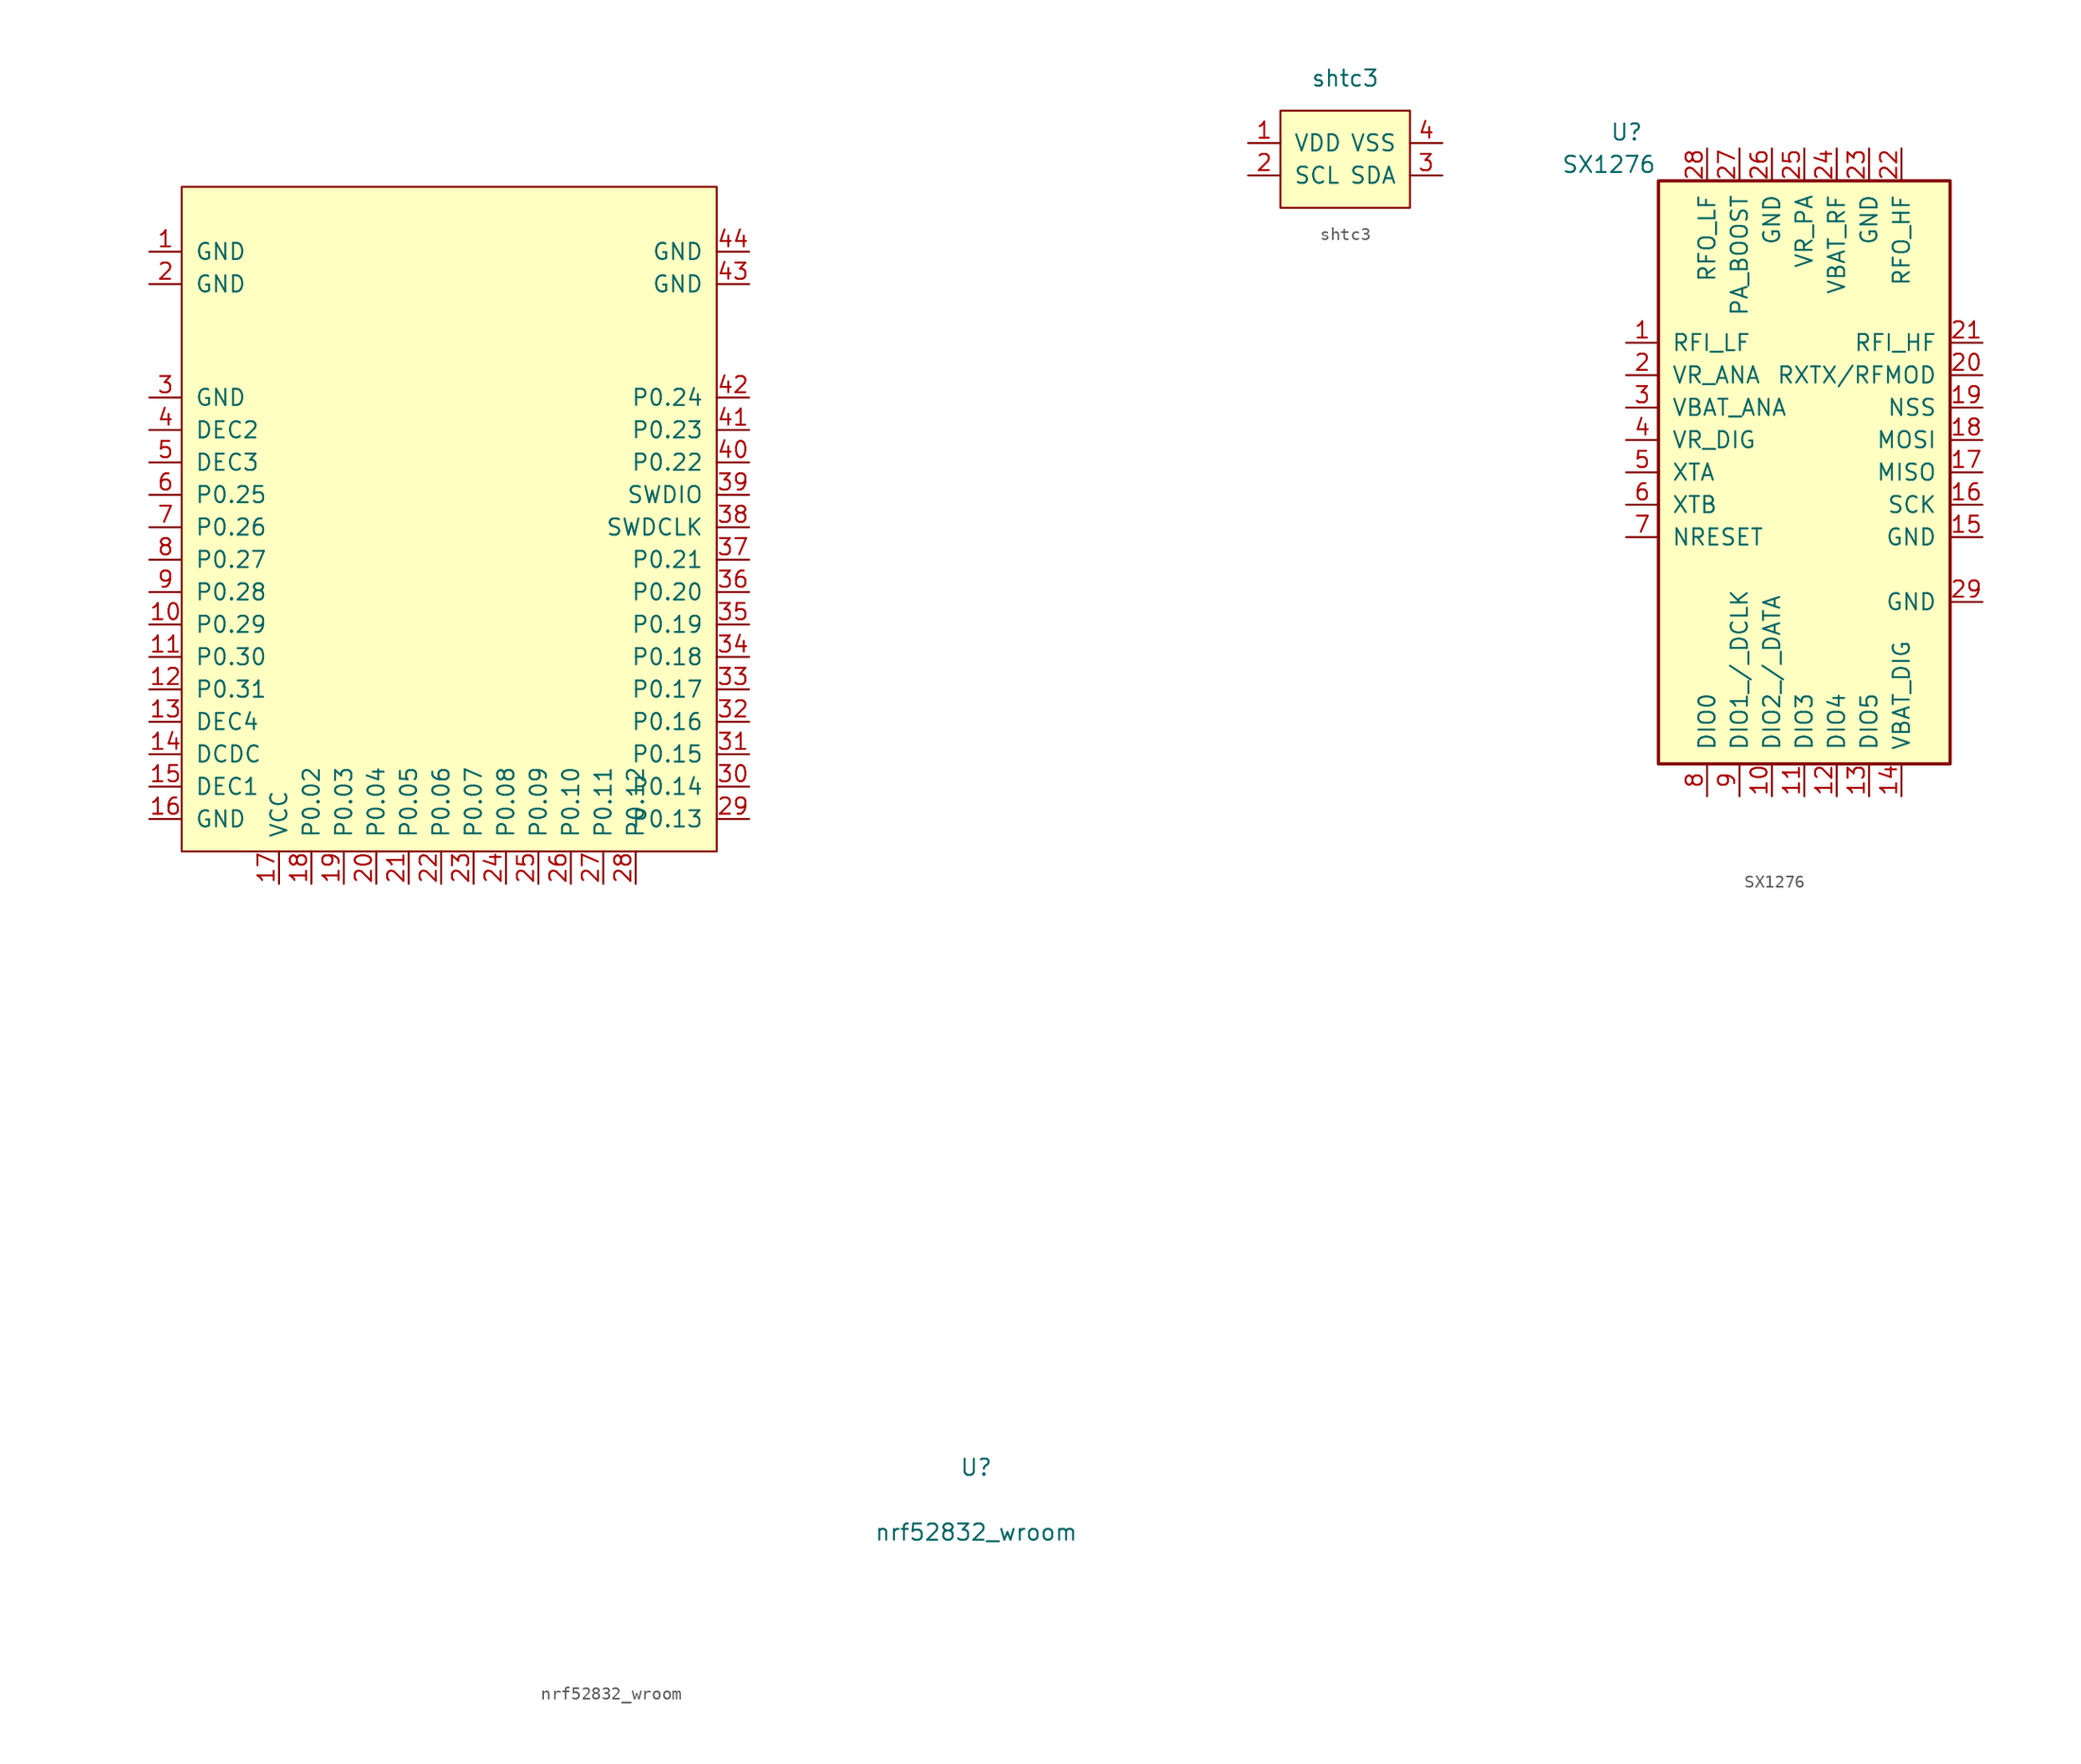
<source format=kicad_sym>
(kicad_symbol_lib
  (version 20231120)
  (generator "kicad_symbol_editor")
  (generator_version "8.0")
  (symbol "nrf52832_wroom"
    (pin_names
      (offset 1.016))
    (property "Reference" "U"
      (at 0 5.08 0)
      (effects (font (size 1.27 1.27))))
    (property "Value" "nrf52832_wroom"
      (at 0 0 0)
      (effects (font (size 1.27 1.27))))
    (symbol "nrf52832_wroom_0_1"
      (rectangle (start -62.23 105.41) (end -20.32 53.34) (stroke (width 0) (type solid)) (fill (type background))))
    (symbol "nrf52832_wroom_1_1"
      (pin input line (at -64.77 100.33 0) (length 2.54) (name "GND" (effects (font (size 1.27 1.27)))) (number "1" (effects (font (size 1.27 1.27)))))
      (pin bidirectional line (at -64.77 71.12 0) (length 2.54) (name "P0.29" (effects (font (size 1.27 1.27)))) (number "10" (effects (font (size 1.27 1.27)))))
      (pin bidirectional line (at -64.77 68.58 0) (length 2.54) (name "P0.30" (effects (font (size 1.27 1.27)))) (number "11" (effects (font (size 1.27 1.27)))))
      (pin bidirectional line (at -64.77 66.04 0) (length 2.54) (name "P0.31" (effects (font (size 1.27 1.27)))) (number "12" (effects (font (size 1.27 1.27)))))
      (pin passive line (at -64.77 63.5 0) (length 2.54) (name "DEC4" (effects (font (size 1.27 1.27)))) (number "13" (effects (font (size 1.27 1.27)))))
      (pin passive line (at -64.77 60.96 0) (length 2.54) (name "DCDC" (effects (font (size 1.27 1.27)))) (number "14" (effects (font (size 1.27 1.27)))))
      (pin passive line (at -64.77 58.42 0) (length 2.54) (name "DEC1" (effects (font (size 1.27 1.27)))) (number "15" (effects (font (size 1.27 1.27)))))
      (pin input line (at -64.77 55.88 0) (length 2.54) (name "GND" (effects (font (size 1.27 1.27)))) (number "16" (effects (font (size 1.27 1.27)))))
      (pin bidirectional line (at -54.61 50.8 90) (length 2.54) (name "VCC" (effects (font (size 1.27 1.27)))) (number "17" (effects (font (size 1.27 1.27)))))
      (pin tri_state line (at -52.07 50.8 90) (length 2.54) (name "P0.02" (effects (font (size 1.27 1.27)))) (number "18" (effects (font (size 1.27 1.27)))))
      (pin bidirectional line (at -49.53 50.8 90) (length 2.54) (name "P0.03" (effects (font (size 1.27 1.27)))) (number "19" (effects (font (size 1.27 1.27)))))
      (pin input line (at -64.77 97.79 0) (length 2.54) (name "GND" (effects (font (size 1.27 1.27)))) (number "2" (effects (font (size 1.27 1.27)))))
      (pin bidirectional line (at -46.99 50.8 90) (length 2.54) (name "P0.04" (effects (font (size 1.27 1.27)))) (number "20" (effects (font (size 1.27 1.27)))))
      (pin bidirectional line (at -44.45 50.8 90) (length 2.54) (name "P0.05" (effects (font (size 1.27 1.27)))) (number "21" (effects (font (size 1.27 1.27)))))
      (pin bidirectional line (at -41.91 50.8 90) (length 2.54) (name "P0.06" (effects (font (size 1.27 1.27)))) (number "22" (effects (font (size 1.27 1.27)))))
      (pin bidirectional line (at -39.37 50.8 90) (length 2.54) (name "P0.07" (effects (font (size 1.27 1.27)))) (number "23" (effects (font (size 1.27 1.27)))))
      (pin bidirectional line (at -36.83 50.8 90) (length 2.54) (name "P0.08" (effects (font (size 1.27 1.27)))) (number "24" (effects (font (size 1.27 1.27)))))
      (pin bidirectional line (at -34.29 50.8 90) (length 2.54) (name "P0.09" (effects (font (size 1.27 1.27)))) (number "25" (effects (font (size 1.27 1.27)))))
      (pin bidirectional line (at -31.75 50.8 90) (length 2.54) (name "P0.10" (effects (font (size 1.27 1.27)))) (number "26" (effects (font (size 1.27 1.27)))))
      (pin bidirectional line (at -29.21 50.8 90) (length 2.54) (name "P0.11" (effects (font (size 1.27 1.27)))) (number "27" (effects (font (size 1.27 1.27)))))
      (pin bidirectional line (at -26.67 50.8 90) (length 2.54) (name "P0.12" (effects (font (size 1.27 1.27)))) (number "28" (effects (font (size 1.27 1.27)))))
      (pin bidirectional line (at -17.78 55.88 180) (length 2.54) (name "P0.13" (effects (font (size 1.27 1.27)))) (number "29" (effects (font (size 1.27 1.27)))))
      (pin input line (at -64.77 88.9 0) (length 2.54) (name "GND" (effects (font (size 1.27 1.27)))) (number "3" (effects (font (size 1.27 1.27)))))
      (pin bidirectional line (at -17.78 58.42 180) (length 2.54) (name "P0.14" (effects (font (size 1.27 1.27)))) (number "30" (effects (font (size 1.27 1.27)))))
      (pin bidirectional line (at -17.78 60.96 180) (length 2.54) (name "P0.15" (effects (font (size 1.27 1.27)))) (number "31" (effects (font (size 1.27 1.27)))))
      (pin bidirectional line (at -17.78 63.5 180) (length 2.54) (name "P0.16" (effects (font (size 1.27 1.27)))) (number "32" (effects (font (size 1.27 1.27)))))
      (pin bidirectional line (at -17.78 66.04 180) (length 2.54) (name "P0.17" (effects (font (size 1.27 1.27)))) (number "33" (effects (font (size 1.27 1.27)))))
      (pin bidirectional line (at -17.78 68.58 180) (length 2.54) (name "P0.18" (effects (font (size 1.27 1.27)))) (number "34" (effects (font (size 1.27 1.27)))))
      (pin bidirectional line (at -17.78 71.12 180) (length 2.54) (name "P0.19" (effects (font (size 1.27 1.27)))) (number "35" (effects (font (size 1.27 1.27)))))
      (pin bidirectional line (at -17.78 73.66 180) (length 2.54) (name "P0.20" (effects (font (size 1.27 1.27)))) (number "36" (effects (font (size 1.27 1.27)))))
      (pin bidirectional line (at -17.78 76.2 180) (length 2.54) (name "P0.21" (effects (font (size 1.27 1.27)))) (number "37" (effects (font (size 1.27 1.27)))))
      (pin input line (at -17.78 78.74 180) (length 2.54) (name "SWDCLK" (effects (font (size 1.27 1.27)))) (number "38" (effects (font (size 1.27 1.27)))))
      (pin input line (at -17.78 81.28 180) (length 2.54) (name "SWDIO" (effects (font (size 1.27 1.27)))) (number "39" (effects (font (size 1.27 1.27)))))
      (pin passive line (at -64.77 86.36 0) (length 2.54) (name "DEC2" (effects (font (size 1.27 1.27)))) (number "4" (effects (font (size 1.27 1.27)))))
      (pin bidirectional line (at -17.78 83.82 180) (length 2.54) (name "P0.22" (effects (font (size 1.27 1.27)))) (number "40" (effects (font (size 1.27 1.27)))))
      (pin bidirectional line (at -17.78 86.36 180) (length 2.54) (name "P0.23" (effects (font (size 1.27 1.27)))) (number "41" (effects (font (size 1.27 1.27)))))
      (pin bidirectional line (at -17.78 88.9 180) (length 2.54) (name "P0.24" (effects (font (size 1.27 1.27)))) (number "42" (effects (font (size 1.27 1.27)))))
      (pin input line (at -17.78 97.79 180) (length 2.54) (name "GND" (effects (font (size 1.27 1.27)))) (number "43" (effects (font (size 1.27 1.27)))))
      (pin input line (at -17.78 100.33 180) (length 2.54) (name "GND" (effects (font (size 1.27 1.27)))) (number "44" (effects (font (size 1.27 1.27)))))
      (pin passive line (at -64.77 83.82 0) (length 2.54) (name "DEC3" (effects (font (size 1.27 1.27)))) (number "5" (effects (font (size 1.27 1.27)))))
      (pin bidirectional line (at -64.77 81.28 0) (length 2.54) (name "P0.25" (effects (font (size 1.27 1.27)))) (number "6" (effects (font (size 1.27 1.27)))))
      (pin bidirectional line (at -64.77 78.74 0) (length 2.54) (name "P0.26" (effects (font (size 1.27 1.27)))) (number "7" (effects (font (size 1.27 1.27)))))
      (pin bidirectional line (at -64.77 76.2 0) (length 2.54) (name "P0.27" (effects (font (size 1.27 1.27)))) (number "8" (effects (font (size 1.27 1.27)))))
      (pin bidirectional line (at -64.77 73.66 0) (length 2.54) (name "P0.28" (effects (font (size 1.27 1.27)))) (number "9" (effects (font (size 1.27 1.27)))))))
  (symbol "shtc3"
    (pin_names
      (offset 1.016))
    (property "Reference" "U"
      (at 0 7.62 0)
      (effects (font (size 1.27 1.27)) (hide yes)))
    (property "Value" "shtc3"
      (at 0 5.08 0)
      (effects (font (size 1.27 1.27))))
    (symbol "shtc3_0_0"
      (pin power_in line (at -7.62 0 0) (length 2.54) (name "VDD" (effects (font (size 1.27 1.27)))) (number "1" (effects (font (size 1.27 1.27)))))
      (pin bidirectional line (at -7.62 -2.54 0) (length 2.54) (name "SCL" (effects (font (size 1.27 1.27)))) (number "2" (effects (font (size 1.27 1.27)))))
      (pin bidirectional line (at 7.62 -2.54 180) (length 2.54) (name "SDA" (effects (font (size 1.27 1.27)))) (number "3" (effects (font (size 1.27 1.27)))))
      (pin power_out line (at 7.62 0 180) (length 2.54) (name "VSS" (effects (font (size 1.27 1.27)))) (number "4" (effects (font (size 1.27 1.27))))))
    (symbol "shtc3_0_1"
      (rectangle (start -5.08 2.54) (end 5.08 -5.08) (stroke (width 0) (type solid)) (fill (type background)))))
  (symbol "SX1276"
    (pin_names
      (offset 1.016))
    (property "Reference" "U"
      (at -15.24 25.4 0)
      (effects (font (size 1.27 1.27)) (justify left)))
    (property "Value" "SX1276"
      (at -19.05 22.86 0)
      (effects (font (size 1.27 1.27)) (justify left)))
    (symbol "SX1276_0_1"
      (rectangle (start -11.43 21.59) (end 11.43 -24.13) (stroke (width 0.254) (type solid)) (fill (type background))))
    (symbol "SX1276_1_1"
      (pin input line (at -13.97 8.89 0) (length 2.54) (name "RFI_LF" (effects (font (size 1.27 1.27)))) (number "1" (effects (font (size 1.27 1.27)))))
      (pin bidirectional line (at -2.54 -26.67 90) (length 2.54) (name "DIO2_/_DATA" (effects (font (size 1.27 1.27)))) (number "10" (effects (font (size 1.27 1.27)))))
      (pin bidirectional line (at 0 -26.67 90) (length 2.54) (name "DIO3" (effects (font (size 1.27 1.27)))) (number "11" (effects (font (size 1.27 1.27)))))
      (pin bidirectional line (at 2.54 -26.67 90) (length 2.54) (name "DIO4" (effects (font (size 1.27 1.27)))) (number "12" (effects (font (size 1.27 1.27)))))
      (pin bidirectional line (at 5.08 -26.67 90) (length 2.54) (name "DIO5" (effects (font (size 1.27 1.27)))) (number "13" (effects (font (size 1.27 1.27)))))
      (pin power_in line (at 7.62 -26.67 90) (length 2.54) (name "VBAT_DIG" (effects (font (size 1.27 1.27)))) (number "14" (effects (font (size 1.27 1.27)))))
      (pin power_in line (at 13.97 -6.35 180) (length 2.54) (name "GND" (effects (font (size 1.27 1.27)))) (number "15" (effects (font (size 1.27 1.27)))))
      (pin input line (at 13.97 -3.81 180) (length 2.54) (name "SCK" (effects (font (size 1.27 1.27)))) (number "16" (effects (font (size 1.27 1.27)))))
      (pin output line (at 13.97 -1.27 180) (length 2.54) (name "MISO" (effects (font (size 1.27 1.27)))) (number "17" (effects (font (size 1.27 1.27)))))
      (pin input line (at 13.97 1.27 180) (length 2.54) (name "MOSI" (effects (font (size 1.27 1.27)))) (number "18" (effects (font (size 1.27 1.27)))))
      (pin input line (at 13.97 3.81 180) (length 2.54) (name "NSS" (effects (font (size 1.27 1.27)))) (number "19" (effects (font (size 1.27 1.27)))))
      (pin passive line (at -13.97 6.35 0) (length 2.54) (name "VR_ANA" (effects (font (size 1.27 1.27)))) (number "2" (effects (font (size 1.27 1.27)))))
      (pin output line (at 13.97 6.35 180) (length 2.54) (name "RXTX/RFMOD" (effects (font (size 1.27 1.27)))) (number "20" (effects (font (size 1.27 1.27)))))
      (pin input line (at 13.97 8.89 180) (length 2.54) (name "RFI_HF" (effects (font (size 1.27 1.27)))) (number "21" (effects (font (size 1.27 1.27)))))
      (pin output line (at 7.62 24.13 270) (length 2.54) (name "RFO_HF" (effects (font (size 1.27 1.27)))) (number "22" (effects (font (size 1.27 1.27)))))
      (pin power_in line (at 5.08 24.13 270) (length 2.54) (name "GND" (effects (font (size 1.27 1.27)))) (number "23" (effects (font (size 1.27 1.27)))))
      (pin power_in line (at 2.54 24.13 270) (length 2.54) (name "VBAT_RF" (effects (font (size 1.27 1.27)))) (number "24" (effects (font (size 1.27 1.27)))))
      (pin bidirectional line (at 0 24.13 270) (length 2.54) (name "VR_PA" (effects (font (size 1.27 1.27)))) (number "25" (effects (font (size 1.27 1.27)))))
      (pin power_in line (at -2.54 24.13 270) (length 2.54) (name "GND" (effects (font (size 1.27 1.27)))) (number "26" (effects (font (size 1.27 1.27)))))
      (pin output line (at -5.08 24.13 270) (length 2.54) (name "PA_BOOST" (effects (font (size 1.27 1.27)))) (number "27" (effects (font (size 1.27 1.27)))))
      (pin output line (at -7.62 24.13 270) (length 2.54) (name "RFO_LF" (effects (font (size 1.27 1.27)))) (number "28" (effects (font (size 1.27 1.27)))))
      (pin power_in line (at 13.97 -11.43 180) (length 2.54) (name "GND" (effects (font (size 1.27 1.27)))) (number "29" (effects (font (size 1.27 1.27)))))
      (pin power_in line (at -13.97 3.81 0) (length 2.54) (name "VBAT_ANA" (effects (font (size 1.27 1.27)))) (number "3" (effects (font (size 1.27 1.27)))))
      (pin passive line (at -13.97 1.27 0) (length 2.54) (name "VR_DIG" (effects (font (size 1.27 1.27)))) (number "4" (effects (font (size 1.27 1.27)))))
      (pin bidirectional line (at -13.97 -1.27 0) (length 2.54) (name "XTA" (effects (font (size 1.27 1.27)))) (number "5" (effects (font (size 1.27 1.27)))))
      (pin bidirectional line (at -13.97 -3.81 0) (length 2.54) (name "XTB" (effects (font (size 1.27 1.27)))) (number "6" (effects (font (size 1.27 1.27)))))
      (pin bidirectional line (at -13.97 -6.35 0) (length 2.54) (name "NRESET" (effects (font (size 1.27 1.27)))) (number "7" (effects (font (size 1.27 1.27)))))
      (pin bidirectional line (at -7.62 -26.67 90) (length 2.54) (name "DIO0" (effects (font (size 1.27 1.27)))) (number "8" (effects (font (size 1.27 1.27)))))
      (pin bidirectional line (at -5.08 -26.67 90) (length 2.54) (name "DIO1_/_DCLK" (effects (font (size 1.27 1.27)))) (number "9" (effects (font (size 1.27 1.27))))))))
</source>
